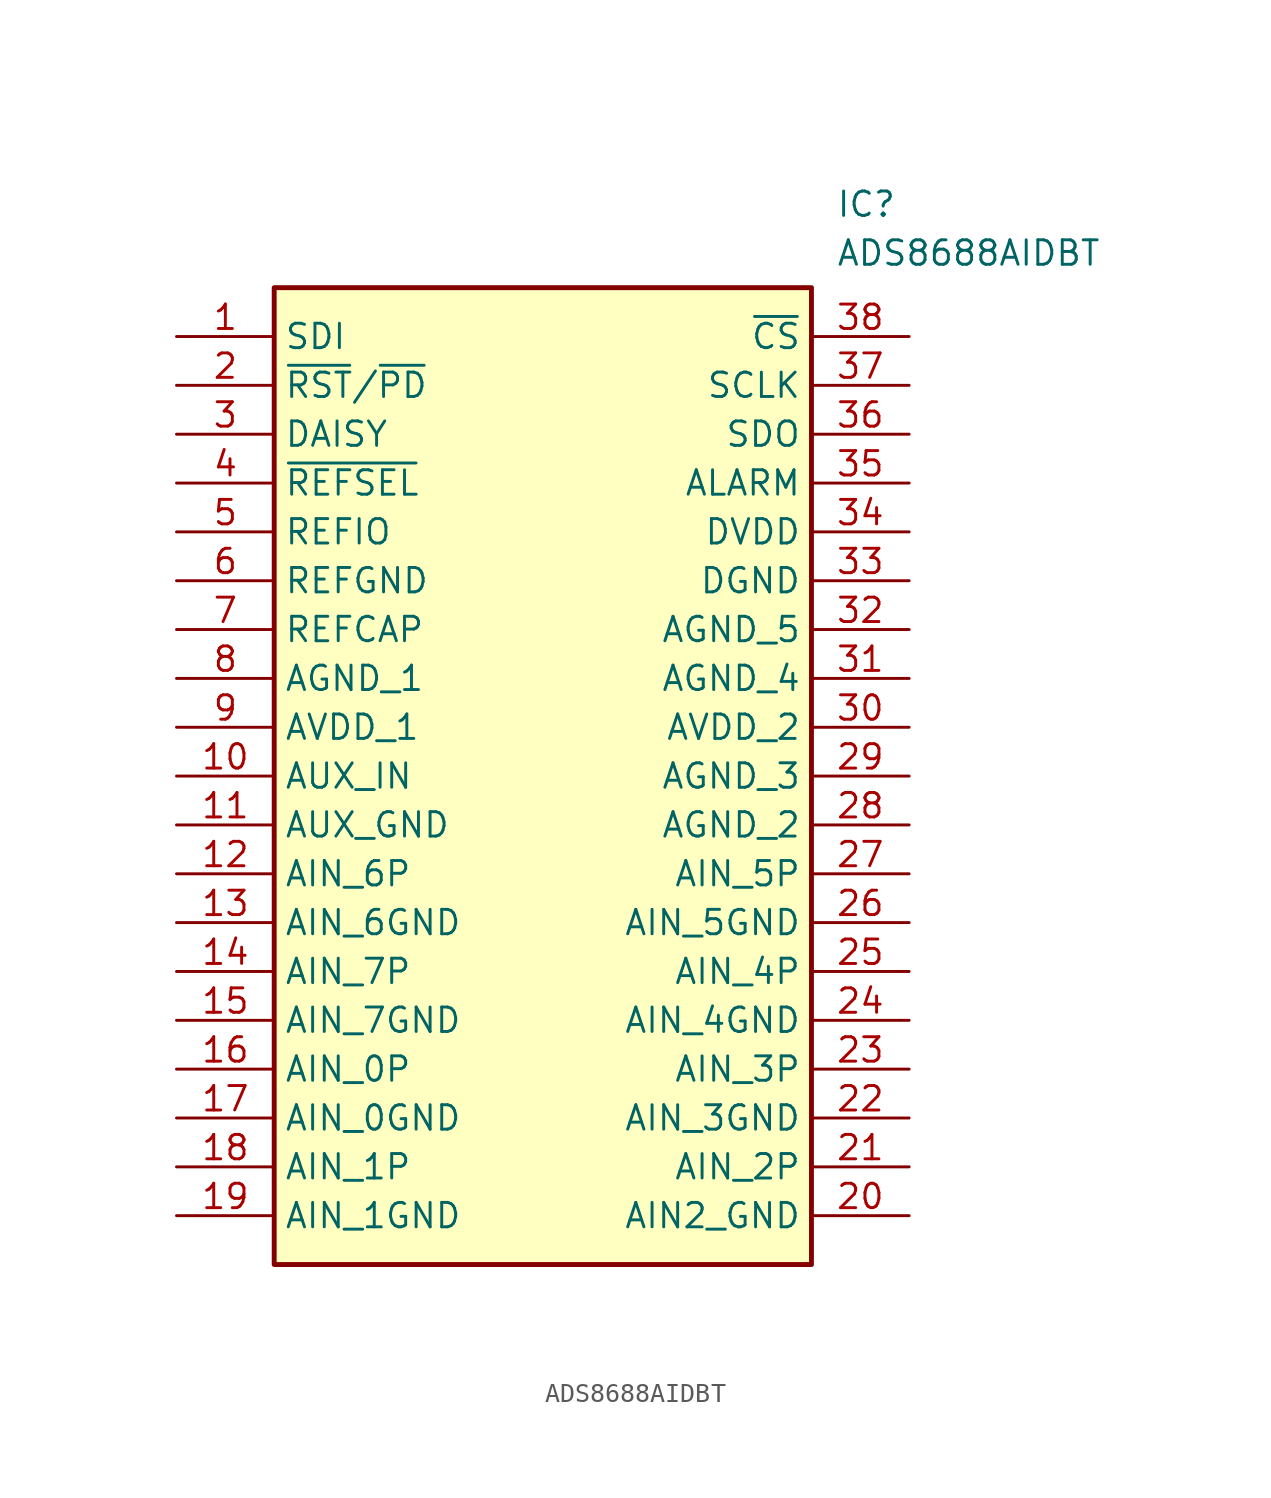
<source format=kicad_sym>
(kicad_symbol_lib
  (version 20211014)
  (generator SamacSys_ECAD_Model)
  (symbol "ADS8688AIDBT"
    (property "Reference" "IC"
      (at 34.29 7.62 0)
      (effects (font (size 1.27 1.27)) (justify left top)))
    (property "Value" "ADS8688AIDBT"
      (at 34.29 5.08 0)
      (effects (font (size 1.27 1.27)) (justify left top)))
    (rectangle
      (start 5.08 2.54)
      (end 33.02 -48.26)
      (stroke (width 0.254) (type default))
      (fill (type background)))
    (pin passive line
      (at 0 0 0)
      (length 5.08)
      (name "SDI" (effects (font (size 1.27 1.27))))
      (number "1" (effects (font (size 1.27 1.27)))))
    (pin passive line
      (at 0 -2.54 0)
      (length 5.08)
      (name "~{RST}/~{PD}" (effects (font (size 1.27 1.27))))
      (number "2" (effects (font (size 1.27 1.27)))))
    (pin passive line
      (at 0 -5.08 0)
      (length 5.08)
      (name "DAISY" (effects (font (size 1.27 1.27))))
      (number "3" (effects (font (size 1.27 1.27)))))
    (pin passive line
      (at 0 -7.62 0)
      (length 5.08)
      (name "~{REFSEL}" (effects (font (size 1.27 1.27))))
      (number "4" (effects (font (size 1.27 1.27)))))
    (pin passive line
      (at 0 -10.16 0)
      (length 5.08)
      (name "REFIO" (effects (font (size 1.27 1.27))))
      (number "5" (effects (font (size 1.27 1.27)))))
    (pin passive line
      (at 0 -12.7 0)
      (length 5.08)
      (name "REFGND" (effects (font (size 1.27 1.27))))
      (number "6" (effects (font (size 1.27 1.27)))))
    (pin passive line
      (at 0 -15.24 0)
      (length 5.08)
      (name "REFCAP" (effects (font (size 1.27 1.27))))
      (number "7" (effects (font (size 1.27 1.27)))))
    (pin passive line
      (at 0 -17.78 0)
      (length 5.08)
      (name "AGND_1" (effects (font (size 1.27 1.27))))
      (number "8" (effects (font (size 1.27 1.27)))))
    (pin passive line
      (at 0 -20.32 0)
      (length 5.08)
      (name "AVDD_1" (effects (font (size 1.27 1.27))))
      (number "9" (effects (font (size 1.27 1.27)))))
    (pin passive line
      (at 0 -22.86 0)
      (length 5.08)
      (name "AUX_IN" (effects (font (size 1.27 1.27))))
      (number "10" (effects (font (size 1.27 1.27)))))
    (pin passive line
      (at 0 -25.4 0)
      (length 5.08)
      (name "AUX_GND" (effects (font (size 1.27 1.27))))
      (number "11" (effects (font (size 1.27 1.27)))))
    (pin passive line
      (at 0 -27.94 0)
      (length 5.08)
      (name "AIN_6P" (effects (font (size 1.27 1.27))))
      (number "12" (effects (font (size 1.27 1.27)))))
    (pin passive line
      (at 0 -30.48 0)
      (length 5.08)
      (name "AIN_6GND" (effects (font (size 1.27 1.27))))
      (number "13" (effects (font (size 1.27 1.27)))))
    (pin passive line
      (at 0 -33.02 0)
      (length 5.08)
      (name "AIN_7P" (effects (font (size 1.27 1.27))))
      (number "14" (effects (font (size 1.27 1.27)))))
    (pin passive line
      (at 0 -35.56 0)
      (length 5.08)
      (name "AIN_7GND" (effects (font (size 1.27 1.27))))
      (number "15" (effects (font (size 1.27 1.27)))))
    (pin passive line
      (at 0 -38.1 0)
      (length 5.08)
      (name "AIN_0P" (effects (font (size 1.27 1.27))))
      (number "16" (effects (font (size 1.27 1.27)))))
    (pin passive line
      (at 0 -40.64 0)
      (length 5.08)
      (name "AIN_0GND" (effects (font (size 1.27 1.27))))
      (number "17" (effects (font (size 1.27 1.27)))))
    (pin passive line
      (at 0 -43.18 0)
      (length 5.08)
      (name "AIN_1P" (effects (font (size 1.27 1.27))))
      (number "18" (effects (font (size 1.27 1.27)))))
    (pin passive line
      (at 0 -45.72 0)
      (length 5.08)
      (name "AIN_1GND" (effects (font (size 1.27 1.27))))
      (number "19" (effects (font (size 1.27 1.27)))))
    (pin passive line
      (at 38.1 0 180)
      (length 5.08)
      (name "~{CS}" (effects (font (size 1.27 1.27))))
      (number "38" (effects (font (size 1.27 1.27)))))
    (pin passive line
      (at 38.1 -2.54 180)
      (length 5.08)
      (name "SCLK" (effects (font (size 1.27 1.27))))
      (number "37" (effects (font (size 1.27 1.27)))))
    (pin passive line
      (at 38.1 -5.08 180)
      (length 5.08)
      (name "SDO" (effects (font (size 1.27 1.27))))
      (number "36" (effects (font (size 1.27 1.27)))))
    (pin passive line
      (at 38.1 -7.62 180)
      (length 5.08)
      (name "ALARM" (effects (font (size 1.27 1.27))))
      (number "35" (effects (font (size 1.27 1.27)))))
    (pin passive line
      (at 38.1 -10.16 180)
      (length 5.08)
      (name "DVDD" (effects (font (size 1.27 1.27))))
      (number "34" (effects (font (size 1.27 1.27)))))
    (pin passive line
      (at 38.1 -12.7 180)
      (length 5.08)
      (name "DGND" (effects (font (size 1.27 1.27))))
      (number "33" (effects (font (size 1.27 1.27)))))
    (pin passive line
      (at 38.1 -15.24 180)
      (length 5.08)
      (name "AGND_5" (effects (font (size 1.27 1.27))))
      (number "32" (effects (font (size 1.27 1.27)))))
    (pin passive line
      (at 38.1 -17.78 180)
      (length 5.08)
      (name "AGND_4" (effects (font (size 1.27 1.27))))
      (number "31" (effects (font (size 1.27 1.27)))))
    (pin passive line
      (at 38.1 -20.32 180)
      (length 5.08)
      (name "AVDD_2" (effects (font (size 1.27 1.27))))
      (number "30" (effects (font (size 1.27 1.27)))))
    (pin passive line
      (at 38.1 -22.86 180)
      (length 5.08)
      (name "AGND_3" (effects (font (size 1.27 1.27))))
      (number "29" (effects (font (size 1.27 1.27)))))
    (pin passive line
      (at 38.1 -25.4 180)
      (length 5.08)
      (name "AGND_2" (effects (font (size 1.27 1.27))))
      (number "28" (effects (font (size 1.27 1.27)))))
    (pin passive line
      (at 38.1 -27.94 180)
      (length 5.08)
      (name "AIN_5P" (effects (font (size 1.27 1.27))))
      (number "27" (effects (font (size 1.27 1.27)))))
    (pin passive line
      (at 38.1 -30.48 180)
      (length 5.08)
      (name "AIN_5GND" (effects (font (size 1.27 1.27))))
      (number "26" (effects (font (size 1.27 1.27)))))
    (pin passive line
      (at 38.1 -33.02 180)
      (length 5.08)
      (name "AIN_4P" (effects (font (size 1.27 1.27))))
      (number "25" (effects (font (size 1.27 1.27)))))
    (pin passive line
      (at 38.1 -35.56 180)
      (length 5.08)
      (name "AIN_4GND" (effects (font (size 1.27 1.27))))
      (number "24" (effects (font (size 1.27 1.27)))))
    (pin passive line
      (at 38.1 -38.1 180)
      (length 5.08)
      (name "AIN_3P" (effects (font (size 1.27 1.27))))
      (number "23" (effects (font (size 1.27 1.27)))))
    (pin passive line
      (at 38.1 -40.64 180)
      (length 5.08)
      (name "AIN_3GND" (effects (font (size 1.27 1.27))))
      (number "22" (effects (font (size 1.27 1.27)))))
    (pin passive line
      (at 38.1 -43.18 180)
      (length 5.08)
      (name "AIN_2P" (effects (font (size 1.27 1.27))))
      (number "21" (effects (font (size 1.27 1.27)))))
    (pin passive line
      (at 38.1 -45.72 180)
      (length 5.08)
      (name "AIN2_GND" (effects (font (size 1.27 1.27))))
      (number "20" (effects (font (size 1.27 1.27)))))))
</source>
